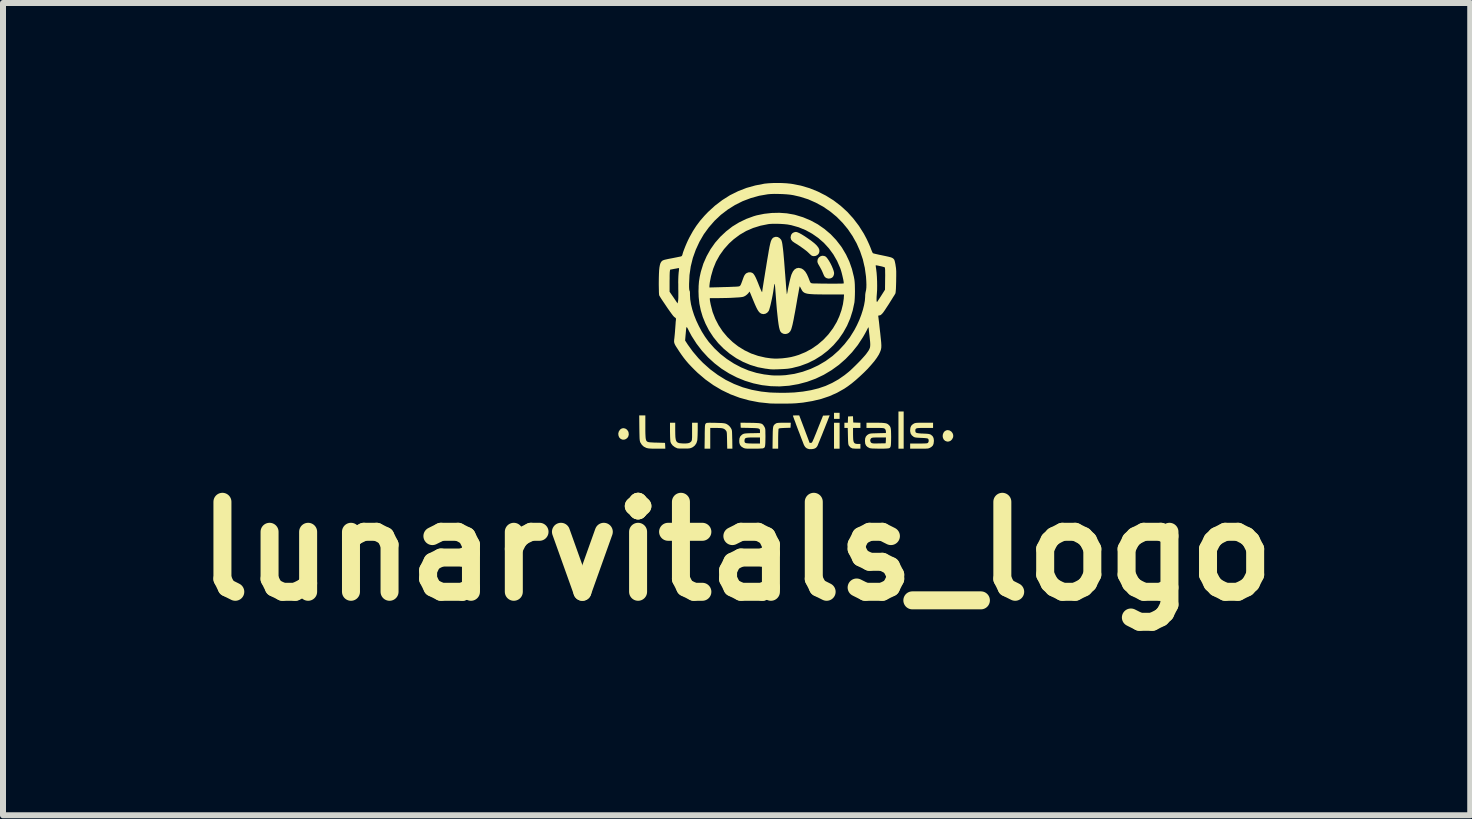
<source format=kicad_pcb>
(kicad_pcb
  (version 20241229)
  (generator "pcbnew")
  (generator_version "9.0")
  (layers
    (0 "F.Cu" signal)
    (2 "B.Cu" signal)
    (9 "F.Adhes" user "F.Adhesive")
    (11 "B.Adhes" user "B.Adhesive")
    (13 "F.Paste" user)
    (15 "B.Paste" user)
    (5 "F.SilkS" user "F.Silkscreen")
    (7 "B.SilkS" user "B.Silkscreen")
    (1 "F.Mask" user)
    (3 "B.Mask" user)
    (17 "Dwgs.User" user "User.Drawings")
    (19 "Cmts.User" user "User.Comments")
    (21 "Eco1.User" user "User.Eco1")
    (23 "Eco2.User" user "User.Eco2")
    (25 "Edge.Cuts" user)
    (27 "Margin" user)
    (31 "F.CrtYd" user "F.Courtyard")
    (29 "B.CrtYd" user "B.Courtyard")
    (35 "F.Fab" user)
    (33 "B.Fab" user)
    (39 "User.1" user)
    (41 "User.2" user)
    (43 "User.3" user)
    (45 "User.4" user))
  (footprint "lunarvitals_logo"
    (layer "F.Cu")
    (at 9.979 2.136)
    (property "Reference" "lunarvitals_logo" (at -0.75 4 0) (layer "F.SilkS") (effects (font (size 1.5 1.5) (thickness 0.3))))
    (attr board_only exclude_from_pos_files exclude_from_bom)
    (fp_poly (pts (xy 0.966 1.745) (xy 0.966 1.796) (xy 0.92 1.796) (xy 0.873 1.796) (xy 0.873 1.745) (xy 0.873 1.695) (xy 0.92 1.695) (xy 0.966 1.695)) (stroke (width 0) (type solid)) (fill yes) (layer "F.SilkS"))
    (fp_poly (pts (xy 0.966 2.077) (xy 0.966 2.293) (xy 0.92 2.293) (xy 0.873 2.293) (xy 0.873 2.077) (xy 0.873 1.861) (xy 0.92 1.861) (xy 0.966 1.861)) (stroke (width 0) (type solid)) (fill yes) (layer "F.SilkS"))
    (fp_poly (pts (xy 2.034 1.983) (xy 2.034 2.293) (xy 1.99 2.293) (xy 1.947 2.293) (xy 1.947 1.983) (xy 1.947 1.673) (xy 1.99 1.673) (xy 2.034 1.673)) (stroke (width 0) (type solid)) (fill yes) (layer "F.SilkS"))
    (fp_poly (pts (xy -2.605 1.958) (xy -2.579 1.975) (xy -2.559 2.002) (xy -2.552 2.021) (xy -2.548 2.055) (xy -2.555 2.087) (xy -2.572 2.114) (xy -2.597 2.133) (xy -2.626 2.143) (xy -2.659 2.141) (xy -2.688 2.126) (xy -2.709 2.103) (xy -2.72 2.073) (xy -2.723 2.041) (xy -2.715 2.008) (xy -2.696 1.979) (xy -2.69 1.972) (xy -2.663 1.955) (xy -2.634 1.951)) (stroke (width 0) (type solid)) (fill yes) (layer "F.SilkS"))
    (fp_poly (pts (xy 2.801 1.99) (xy 2.829 2.008) (xy 2.849 2.034) (xy 2.86 2.065) (xy 2.859 2.098) (xy 2.857 2.105) (xy 2.841 2.137) (xy 2.818 2.16) (xy 2.789 2.173) (xy 2.759 2.175) (xy 2.729 2.164) (xy 2.727 2.164) (xy 2.703 2.142) (xy 2.689 2.114) (xy 2.684 2.083) (xy 2.688 2.052) (xy 2.7 2.024) (xy 2.719 2.001) (xy 2.745 1.987) (xy 2.769 1.983)) (stroke (width 0) (type solid)) (fill yes) (layer "F.SilkS"))
    (fp_poly (pts (xy 0.15 1.902) (xy 0.148 1.944) (xy 0.052 1.947) (xy 0.011 1.949) (xy -0.018 1.951) (xy -0.037 1.954) (xy -0.047 1.958) (xy -0.051 1.962) (xy -0.053 1.972) (xy -0.054 1.994) (xy -0.056 2.026) (xy -0.057 2.066) (xy -0.058 2.112) (xy -0.058 2.133) (xy -0.058 2.293) (xy -0.105 2.293) (xy -0.152 2.293) (xy -0.15 2.115) (xy -0.149 2.055) (xy -0.148 2.007) (xy -0.146 1.97) (xy -0.143 1.942) (xy -0.139 1.922) (xy -0.132 1.906) (xy -0.124 1.895) (xy -0.113 1.885) (xy -0.102 1.877) (xy -0.092 1.871) (xy -0.081 1.866) (xy -0.067 1.864) (xy -0.048 1.862) (xy -0.02 1.861) (xy 0.018 1.861) (xy 0.037 1.861) (xy 0.152 1.861)) (stroke (width 0) (type solid)) (fill yes) (layer "F.SilkS"))
    (fp_poly (pts (xy 0.708 -0.92) (xy 0.729 -0.912) (xy 0.746 -0.898) (xy 0.766 -0.873) (xy 0.789 -0.839) (xy 0.812 -0.799) (xy 0.834 -0.755) (xy 0.853 -0.71) (xy 0.864 -0.68) (xy 0.873 -0.647) (xy 0.874 -0.62) (xy 0.866 -0.593) (xy 0.859 -0.578) (xy 0.841 -0.558) (xy 0.814 -0.546) (xy 0.784 -0.542) (xy 0.754 -0.548) (xy 0.74 -0.555) (xy 0.728 -0.563) (xy 0.719 -0.572) (xy 0.71 -0.585) (xy 0.701 -0.604) (xy 0.689 -0.632) (xy 0.681 -0.651) (xy 0.665 -0.686) (xy 0.645 -0.723) (xy 0.627 -0.755) (xy 0.609 -0.786) (xy 0.599 -0.81) (xy 0.596 -0.831) (xy 0.596 -0.833) (xy 0.602 -0.867) (xy 0.62 -0.894) (xy 0.645 -0.913) (xy 0.675 -0.923)) (stroke (width 0) (type solid)) (fill yes) (layer "F.SilkS"))
    (fp_poly (pts (xy 0.261 -1.315) (xy 0.294 -1.301) (xy 0.336 -1.278) (xy 0.389 -1.245) (xy 0.429 -1.218) (xy 0.493 -1.173) (xy 0.545 -1.132) (xy 0.584 -1.095) (xy 0.611 -1.061) (xy 0.626 -1.03) (xy 0.63 -1) (xy 0.624 -0.972) (xy 0.614 -0.953) (xy 0.593 -0.933) (xy 0.565 -0.92) (xy 0.534 -0.916) (xy 0.506 -0.922) (xy 0.501 -0.925) (xy 0.489 -0.934) (xy 0.471 -0.95) (xy 0.45 -0.97) (xy 0.447 -0.973) (xy 0.421 -0.997) (xy 0.385 -1.025) (xy 0.342 -1.056) (xy 0.295 -1.089) (xy 0.247 -1.12) (xy 0.214 -1.14) (xy 0.178 -1.166) (xy 0.157 -1.194) (xy 0.149 -1.226) (xy 0.155 -1.261) (xy 0.165 -1.283) (xy 0.182 -1.301) (xy 0.207 -1.314) (xy 0.236 -1.32) (xy 0.239 -1.32)) (stroke (width 0) (type solid)) (fill yes) (layer "F.SilkS"))
    (fp_poly (pts (xy -2.272 1.929) (xy -2.272 1.994) (xy -2.271 2.045) (xy -2.269 2.085) (xy -2.267 2.116) (xy -2.263 2.138) (xy -2.258 2.155) (xy -2.251 2.166) (xy -2.242 2.174) (xy -2.234 2.179) (xy -2.221 2.183) (xy -2.196 2.187) (xy -2.159 2.189) (xy -2.108 2.192) (xy -2.081 2.192) (xy -1.944 2.196) (xy -1.941 2.245) (xy -1.939 2.293) (xy -2.078 2.293) (xy -2.13 2.293) (xy -2.169 2.292) (xy -2.199 2.29) (xy -2.222 2.288) (xy -2.24 2.284) (xy -2.256 2.28) (xy -2.298 2.259) (xy -2.33 2.229) (xy -2.353 2.193) (xy -2.358 2.183) (xy -2.361 2.172) (xy -2.364 2.16) (xy -2.366 2.144) (xy -2.368 2.122) (xy -2.369 2.093) (xy -2.37 2.054) (xy -2.371 2.005) (xy -2.372 1.949) (xy -2.374 1.738) (xy -2.323 1.738) (xy -2.272 1.738)) (stroke (width 0) (type solid)) (fill yes) (layer "F.SilkS"))
    (fp_poly (pts (xy 1.191 1.804) (xy 1.194 1.857) (xy 1.253 1.859) (xy 1.313 1.861) (xy 1.313 1.904) (xy 1.313 1.947) (xy 1.251 1.947) (xy 1.19 1.947) (xy 1.19 2.046) (xy 1.191 2.1) (xy 1.193 2.141) (xy 1.198 2.171) (xy 1.206 2.191) (xy 1.219 2.204) (xy 1.237 2.211) (xy 1.261 2.214) (xy 1.277 2.214) (xy 1.313 2.214) (xy 1.313 2.254) (xy 1.313 2.293) (xy 1.253 2.293) (xy 1.223 2.292) (xy 1.198 2.29) (xy 1.182 2.289) (xy 1.179 2.288) (xy 1.149 2.274) (xy 1.125 2.248) (xy 1.119 2.24) (xy 1.115 2.229) (xy 1.111 2.214) (xy 1.109 2.192) (xy 1.107 2.162) (xy 1.106 2.121) (xy 1.105 2.082) (xy 1.102 1.947) (xy 1.074 1.947) (xy 1.046 1.947) (xy 1.046 1.904) (xy 1.046 1.861) (xy 1.074 1.861) (xy 1.103 1.861) (xy 1.105 1.808) (xy 1.107 1.756) (xy 1.148 1.754) (xy 1.189 1.752)) (stroke (width 0) (type solid)) (fill yes) (layer "F.SilkS"))
    (fp_poly (pts (xy -1.18 1.861) (xy -1.138 1.862) (xy -1.104 1.862) (xy -1.048 1.864) (xy -1.005 1.865) (xy -0.972 1.868) (xy -0.946 1.872) (xy -0.926 1.878) (xy -0.909 1.887) (xy -0.893 1.898) (xy -0.88 1.908) (xy -0.862 1.927) (xy -0.845 1.951) (xy -0.842 1.957) (xy -0.836 1.968) (xy -0.832 1.98) (xy -0.829 1.994) (xy -0.827 2.013) (xy -0.826 2.04) (xy -0.825 2.076) (xy -0.824 2.123) (xy -0.823 2.14) (xy -0.821 2.293) (xy -0.864 2.293) (xy -0.907 2.293) (xy -0.91 2.153) (xy -0.911 2.104) (xy -0.912 2.068) (xy -0.913 2.041) (xy -0.915 2.023) (xy -0.918 2.01) (xy -0.922 2) (xy -0.927 1.993) (xy -0.942 1.976) (xy -0.958 1.964) (xy -0.98 1.955) (xy -1.008 1.95) (xy -1.046 1.948) (xy -1.091 1.947) (xy -1.19 1.947) (xy -1.19 2.12) (xy -1.19 2.293) (xy -1.237 2.293) (xy -1.285 2.293) (xy -1.282 2.092) (xy -1.282 2.033) (xy -1.281 1.986) (xy -1.28 1.951) (xy -1.279 1.924) (xy -1.277 1.905) (xy -1.275 1.893) (xy -1.272 1.884) (xy -1.268 1.878) (xy -1.266 1.875) (xy -1.261 1.87) (xy -1.254 1.866) (xy -1.245 1.863) (xy -1.231 1.862) (xy -1.21 1.861)) (stroke (width 0) (type solid)) (fill yes) (layer "F.SilkS"))
    (fp_poly (pts (xy -1.774 1.992) (xy -1.773 2.053) (xy -1.771 2.1) (xy -1.766 2.137) (xy -1.758 2.163) (xy -1.745 2.182) (xy -1.727 2.194) (xy -1.703 2.201) (xy -1.671 2.204) (xy -1.646 2.206) (xy -1.597 2.206) (xy -1.559 2.202) (xy -1.532 2.193) (xy -1.512 2.178) (xy -1.508 2.173) (xy -1.503 2.166) (xy -1.499 2.157) (xy -1.496 2.145) (xy -1.495 2.128) (xy -1.493 2.103) (xy -1.493 2.068) (xy -1.493 2.021) (xy -1.493 2.008) (xy -1.493 1.861) (xy -1.446 1.861) (xy -1.399 1.861) (xy -1.399 1.985) (xy -1.4 2.03) (xy -1.401 2.073) (xy -1.403 2.111) (xy -1.405 2.14) (xy -1.406 2.153) (xy -1.42 2.2) (xy -1.445 2.238) (xy -1.48 2.267) (xy -1.489 2.271) (xy -1.505 2.279) (xy -1.52 2.284) (xy -1.538 2.288) (xy -1.562 2.29) (xy -1.594 2.291) (xy -1.622 2.291) (xy -1.66 2.291) (xy -1.694 2.291) (xy -1.72 2.289) (xy -1.737 2.287) (xy -1.738 2.287) (xy -1.781 2.267) (xy -1.817 2.239) (xy -1.842 2.206) (xy -1.853 2.18) (xy -1.855 2.164) (xy -1.857 2.137) (xy -1.859 2.101) (xy -1.86 2.058) (xy -1.861 2.012) (xy -1.861 2.007) (xy -1.861 1.861) (xy -1.817 1.861) (xy -1.774 1.861)) (stroke (width 0) (type solid)) (fill yes) (layer "F.SilkS"))
    (fp_poly (pts (xy 0.794 1.755) (xy 0.783 1.782) (xy 0.77 1.817) (xy 0.753 1.86) (xy 0.734 1.907) (xy 0.714 1.958) (xy 0.693 2.009) (xy 0.673 2.061) (xy 0.653 2.109) (xy 0.635 2.154) (xy 0.619 2.192) (xy 0.607 2.222) (xy 0.599 2.242) (xy 0.595 2.25) (xy 0.582 2.268) (xy 0.567 2.282) (xy 0.541 2.294) (xy 0.507 2.3) (xy 0.472 2.301) (xy 0.456 2.3) (xy 0.42 2.288) (xy 0.393 2.266) (xy 0.376 2.239) (xy 0.37 2.227) (xy 0.361 2.204) (xy 0.349 2.172) (xy 0.333 2.132) (xy 0.316 2.087) (xy 0.298 2.039) (xy 0.278 1.988) (xy 0.259 1.938) (xy 0.241 1.89) (xy 0.225 1.845) (xy 0.21 1.807) (xy 0.199 1.775) (xy 0.191 1.753) (xy 0.188 1.743) (xy 0.188 1.742) (xy 0.194 1.74) (xy 0.212 1.739) (xy 0.236 1.738) (xy 0.24 1.738) (xy 0.293 1.738) (xy 0.38 1.967) (xy 0.466 2.196) (xy 0.487 2.196) (xy 0.493 2.196) (xy 0.498 2.194) (xy 0.504 2.19) (xy 0.51 2.181) (xy 0.517 2.168) (xy 0.526 2.147) (xy 0.539 2.119) (xy 0.554 2.081) (xy 0.574 2.033) (xy 0.598 1.972) (xy 0.599 1.969) (xy 0.69 1.742) (xy 0.745 1.74) (xy 0.8 1.737)) (stroke (width 0) (type solid)) (fill yes) (layer "F.SilkS"))
    (fp_poly (pts (xy 2.524 1.904) (xy 2.524 1.947) (xy 2.388 1.947) (xy 2.336 1.947) (xy 2.297 1.948) (xy 2.268 1.95) (xy 2.249 1.954) (xy 2.237 1.961) (xy 2.231 1.97) (xy 2.229 1.982) (xy 2.228 1.994) (xy 2.23 2.009) (xy 2.234 2.02) (xy 2.244 2.028) (xy 2.262 2.033) (xy 2.289 2.037) (xy 2.327 2.04) (xy 2.357 2.041) (xy 2.4 2.043) (xy 2.431 2.045) (xy 2.453 2.048) (xy 2.469 2.052) (xy 2.482 2.057) (xy 2.489 2.061) (xy 2.516 2.084) (xy 2.532 2.115) (xy 2.538 2.154) (xy 2.537 2.175) (xy 2.532 2.213) (xy 2.519 2.242) (xy 2.496 2.264) (xy 2.474 2.277) (xy 2.462 2.283) (xy 2.45 2.287) (xy 2.437 2.29) (xy 2.418 2.291) (xy 2.393 2.293) (xy 2.358 2.293) (xy 2.312 2.293) (xy 2.292 2.293) (xy 2.142 2.293) (xy 2.142 2.25) (xy 2.142 2.207) (xy 2.285 2.207) (xy 2.334 2.207) (xy 2.371 2.206) (xy 2.398 2.205) (xy 2.416 2.204) (xy 2.428 2.201) (xy 2.435 2.198) (xy 2.44 2.194) (xy 2.45 2.175) (xy 2.451 2.153) (xy 2.446 2.133) (xy 2.44 2.127) (xy 2.429 2.122) (xy 2.406 2.118) (xy 2.37 2.115) (xy 2.327 2.113) (xy 2.284 2.111) (xy 2.253 2.109) (xy 2.231 2.106) (xy 2.215 2.102) (xy 2.202 2.096) (xy 2.2 2.095) (xy 2.169 2.07) (xy 2.15 2.04) (xy 2.142 2.001) (xy 2.142 1.987) (xy 2.146 1.945) (xy 2.159 1.912) (xy 2.183 1.888) (xy 2.2 1.877) (xy 2.211 1.871) (xy 2.222 1.867) (xy 2.236 1.864) (xy 2.254 1.862) (xy 2.28 1.861) (xy 2.314 1.861) (xy 2.36 1.861) (xy 2.377 1.861) (xy 2.524 1.861)) (stroke (width 0) (type solid)) (fill yes) (layer "F.SilkS"))
    (fp_poly (pts (xy 1.567 1.861) (xy 1.625 1.861) (xy 1.671 1.862) (xy 1.706 1.865) (xy 1.733 1.869) (xy 1.754 1.875) (xy 1.77 1.884) (xy 1.784 1.895) (xy 1.793 1.905) (xy 1.804 1.917) (xy 1.811 1.931) (xy 1.817 1.948) (xy 1.821 1.971) (xy 1.823 2.002) (xy 1.824 2.042) (xy 1.825 2.094) (xy 1.825 2.102) (xy 1.824 2.157) (xy 1.823 2.198) (xy 1.821 2.229) (xy 1.818 2.251) (xy 1.812 2.267) (xy 1.805 2.277) (xy 1.795 2.284) (xy 1.791 2.285) (xy 1.777 2.288) (xy 1.752 2.29) (xy 1.717 2.292) (xy 1.677 2.293) (xy 1.634 2.293) (xy 1.59 2.292) (xy 1.549 2.291) (xy 1.513 2.29) (xy 1.485 2.287) (xy 1.469 2.284) (xy 1.468 2.284) (xy 1.431 2.265) (xy 1.407 2.241) (xy 1.393 2.209) (xy 1.389 2.167) (xy 1.389 2.165) (xy 1.389 2.162) (xy 1.476 2.162) (xy 1.484 2.184) (xy 1.493 2.194) (xy 1.5 2.199) (xy 1.51 2.202) (xy 1.525 2.205) (xy 1.546 2.206) (xy 1.577 2.206) (xy 1.62 2.205) (xy 1.622 2.205) (xy 1.734 2.203) (xy 1.737 2.155) (xy 1.739 2.106) (xy 1.624 2.106) (xy 1.58 2.106) (xy 1.548 2.107) (xy 1.525 2.108) (xy 1.51 2.111) (xy 1.5 2.114) (xy 1.492 2.119) (xy 1.479 2.138) (xy 1.476 2.162) (xy 1.389 2.162) (xy 1.392 2.123) (xy 1.404 2.091) (xy 1.425 2.067) (xy 1.446 2.053) (xy 1.458 2.047) (xy 1.471 2.043) (xy 1.487 2.04) (xy 1.51 2.038) (xy 1.541 2.037) (xy 1.583 2.036) (xy 1.606 2.035) (xy 1.738 2.032) (xy 1.738 2.005) (xy 1.733 1.979) (xy 1.721 1.963) (xy 1.715 1.958) (xy 1.708 1.954) (xy 1.697 1.951) (xy 1.681 1.949) (xy 1.658 1.948) (xy 1.626 1.947) (xy 1.582 1.947) (xy 1.559 1.947) (xy 1.414 1.947) (xy 1.414 1.904) (xy 1.414 1.861)) (stroke (width 0) (type solid)) (fill yes) (layer "F.SilkS"))
    (fp_poly (pts (xy -0.521 1.862) (xy -0.463 1.863) (xy -0.416 1.865) (xy -0.38 1.867) (xy -0.353 1.872) (xy -0.333 1.878) (xy -0.318 1.887) (xy -0.306 1.9) (xy -0.295 1.916) (xy -0.288 1.927) (xy -0.282 1.938) (xy -0.278 1.949) (xy -0.274 1.961) (xy -0.272 1.978) (xy -0.271 2.001) (xy -0.271 2.033) (xy -0.27 2.076) (xy -0.27 2.102) (xy -0.271 2.157) (xy -0.272 2.198) (xy -0.274 2.229) (xy -0.277 2.252) (xy -0.282 2.267) (xy -0.29 2.277) (xy -0.3 2.283) (xy -0.307 2.286) (xy -0.32 2.289) (xy -0.345 2.29) (xy -0.378 2.292) (xy -0.419 2.293) (xy -0.464 2.293) (xy -0.468 2.293) (xy -0.517 2.293) (xy -0.554 2.293) (xy -0.582 2.292) (xy -0.602 2.29) (xy -0.616 2.287) (xy -0.629 2.283) (xy -0.64 2.278) (xy -0.642 2.277) (xy -0.674 2.256) (xy -0.694 2.23) (xy -0.705 2.196) (xy -0.706 2.172) (xy -0.619 2.172) (xy -0.616 2.185) (xy -0.607 2.195) (xy -0.591 2.201) (xy -0.567 2.204) (xy -0.531 2.206) (xy -0.484 2.207) (xy -0.474 2.207) (xy -0.361 2.207) (xy -0.361 2.156) (xy -0.361 2.106) (xy -0.471 2.106) (xy -0.52 2.106) (xy -0.557 2.108) (xy -0.583 2.111) (xy -0.6 2.117) (xy -0.611 2.125) (xy -0.616 2.137) (xy -0.619 2.154) (xy -0.619 2.154) (xy -0.619 2.172) (xy -0.706 2.172) (xy -0.707 2.164) (xy -0.703 2.121) (xy -0.69 2.089) (xy -0.666 2.064) (xy -0.649 2.052) (xy -0.639 2.047) (xy -0.626 2.043) (xy -0.61 2.04) (xy -0.588 2.038) (xy -0.557 2.036) (xy -0.515 2.035) (xy -0.492 2.035) (xy -0.361 2.032) (xy -0.361 2.006) (xy -0.361 1.988) (xy -0.363 1.975) (xy -0.369 1.966) (xy -0.38 1.959) (xy -0.398 1.954) (xy -0.425 1.951) (xy -0.463 1.949) (xy -0.512 1.948) (xy -0.531 1.947) (xy -0.682 1.944) (xy -0.684 1.902) (xy -0.686 1.86)) (stroke (width 0) (type solid)) (fill yes) (layer "F.SilkS"))
    (fp_poly (pts (xy 0.087 -1.63) (xy 0.206 -1.609) (xy 0.227 -1.604) (xy 0.358 -1.564) (xy 0.484 -1.511) (xy 0.602 -1.447) (xy 0.713 -1.37) (xy 0.816 -1.283) (xy 0.908 -1.186) (xy 0.991 -1.079) (xy 1.006 -1.057) (xy 1.074 -0.942) (xy 1.129 -0.825) (xy 1.172 -0.702) (xy 1.204 -0.572) (xy 1.213 -0.523) (xy 1.217 -0.487) (xy 1.22 -0.441) (xy 1.221 -0.387) (xy 1.222 -0.33) (xy 1.221 -0.273) (xy 1.219 -0.22) (xy 1.216 -0.174) (xy 1.213 -0.144) (xy 1.184 -0.009) (xy 1.143 0.121) (xy 1.09 0.244) (xy 1.025 0.36) (xy 0.95 0.468) (xy 0.864 0.568) (xy 0.769 0.658) (xy 0.666 0.738) (xy 0.554 0.808) (xy 0.435 0.867) (xy 0.308 0.914) (xy 0.176 0.948) (xy 0.13 0.956) (xy 0.103 0.96) (xy 0.066 0.963) (xy 0.023 0.966) (xy -0.024 0.968) (xy -0.071 0.97) (xy -0.115 0.971) (xy -0.152 0.971) (xy -0.18 0.97) (xy -0.191 0.969) (xy -0.209 0.967) (xy -0.235 0.963) (xy -0.266 0.959) (xy -0.27 0.959) (xy -0.398 0.935) (xy -0.522 0.897) (xy -0.642 0.847) (xy -0.756 0.785) (xy -0.864 0.711) (xy -0.965 0.627) (xy -1.057 0.534) (xy -1.139 0.432) (xy -1.211 0.322) (xy -1.269 0.209) (xy -1.315 0.097) (xy -1.348 -0.013) (xy -1.371 -0.124) (xy -1.381 -0.216) (xy -1.197 -0.216) (xy -1.197 -0.198) (xy -1.196 -0.183) (xy -1.192 -0.158) (xy -1.186 -0.127) (xy -1.182 -0.107) (xy -1.151 0.014) (xy -1.106 0.129) (xy -1.05 0.237) (xy -0.983 0.338) (xy -0.905 0.431) (xy -0.818 0.515) (xy -0.723 0.589) (xy -0.619 0.653) (xy -0.509 0.706) (xy -0.393 0.746) (xy -0.272 0.774) (xy -0.245 0.778) (xy -0.18 0.787) (xy -0.123 0.791) (xy -0.068 0.791) (xy -0.008 0.788) (xy 0.018 0.786) (xy 0.091 0.777) (xy 0.156 0.766) (xy 0.219 0.75) (xy 0.281 0.731) (xy 0.394 0.685) (xy 0.502 0.627) (xy 0.603 0.557) (xy 0.697 0.476) (xy 0.781 0.386) (xy 0.856 0.286) (xy 0.919 0.18) (xy 0.962 0.085) (xy 0.997 -0.015) (xy 1.022 -0.115) (xy 1.036 -0.211) (xy 1.036 -0.22) (xy 1.04 -0.278) (xy 0.771 -0.278) (xy 0.684 -0.278) (xy 0.611 -0.279) (xy 0.55 -0.28) (xy 0.499 -0.283) (xy 0.458 -0.286) (xy 0.425 -0.291) (xy 0.399 -0.298) (xy 0.378 -0.307) (xy 0.362 -0.318) (xy 0.349 -0.331) (xy 0.338 -0.347) (xy 0.329 -0.364) (xy 0.316 -0.389) (xy 0.308 -0.404) (xy 0.304 -0.411) (xy 0.302 -0.412) (xy 0.3 -0.411) (xy 0.3 -0.41) (xy 0.298 -0.403) (xy 0.294 -0.383) (xy 0.288 -0.352) (xy 0.281 -0.311) (xy 0.272 -0.263) (xy 0.262 -0.209) (xy 0.253 -0.155) (xy 0.237 -0.063) (xy 0.223 0.015) (xy 0.21 0.082) (xy 0.2 0.138) (xy 0.19 0.185) (xy 0.182 0.223) (xy 0.174 0.254) (xy 0.167 0.279) (xy 0.161 0.3) (xy 0.154 0.316) (xy 0.147 0.33) (xy 0.143 0.337) (xy 0.12 0.362) (xy 0.091 0.377) (xy 0.059 0.382) (xy 0.028 0.377) (xy -0.001 0.362) (xy -0.022 0.337) (xy -0.024 0.334) (xy -0.033 0.308) (xy -0.043 0.269) (xy -0.052 0.216) (xy -0.061 0.149) (xy -0.07 0.067) (xy -0.08 -0.028) (xy -0.089 -0.137) (xy -0.098 -0.261) (xy -0.102 -0.314) (xy -0.105 -0.356) (xy -0.108 -0.394) (xy -0.111 -0.424) (xy -0.114 -0.445) (xy -0.116 -0.454) (xy -0.119 -0.453) (xy -0.123 -0.44) (xy -0.126 -0.421) (xy -0.133 -0.372) (xy -0.141 -0.318) (xy -0.151 -0.262) (xy -0.162 -0.207) (xy -0.174 -0.153) (xy -0.185 -0.104) (xy -0.196 -0.062) (xy -0.206 -0.028) (xy -0.214 -0.006) (xy -0.217 -0.001) (xy -0.241 0.027) (xy -0.271 0.044) (xy -0.305 0.05) (xy -0.338 0.043) (xy -0.354 0.034) (xy -0.371 0.02) (xy -0.388 -0.001) (xy -0.406 -0.03) (xy -0.425 -0.068) (xy -0.447 -0.117) (xy -0.465 -0.16) (xy -0.481 -0.198) (xy -0.496 -0.235) (xy -0.509 -0.266) (xy -0.518 -0.289) (xy -0.521 -0.295) (xy -0.534 -0.326) (xy -0.557 -0.297) (xy -0.578 -0.276) (xy -0.604 -0.256) (xy -0.617 -0.249) (xy -0.63 -0.243) (xy -0.644 -0.238) (xy -0.661 -0.235) (xy -0.683 -0.232) (xy -0.712 -0.229) (xy -0.751 -0.227) (xy -0.799 -0.224) (xy -0.855 -0.221) (xy -0.917 -0.219) (xy -0.979 -0.218) (xy -1.037 -0.217) (xy -1.071 -0.216) (xy -1.197 -0.216) (xy -1.381 -0.216) (xy -1.383 -0.239) (xy -1.386 -0.332) (xy -1.384 -0.394) (xy -1.204 -0.394) (xy -1.011 -0.399) (xy -0.956 -0.401) (xy -0.902 -0.402) (xy -0.852 -0.404) (xy -0.808 -0.406) (xy -0.774 -0.407) (xy -0.756 -0.408) (xy -0.731 -0.41) (xy -0.713 -0.412) (xy -0.7 -0.417) (xy -0.69 -0.426) (xy -0.681 -0.441) (xy -0.671 -0.465) (xy -0.658 -0.5) (xy -0.651 -0.519) (xy -0.637 -0.558) (xy -0.625 -0.587) (xy -0.613 -0.606) (xy -0.602 -0.62) (xy -0.588 -0.631) (xy -0.582 -0.635) (xy -0.549 -0.647) (xy -0.515 -0.647) (xy -0.487 -0.636) (xy -0.474 -0.626) (xy -0.461 -0.61) (xy -0.447 -0.588) (xy -0.431 -0.557) (xy -0.413 -0.516) (xy -0.391 -0.463) (xy -0.382 -0.439) (xy -0.362 -0.389) (xy -0.346 -0.353) (xy -0.335 -0.329) (xy -0.328 -0.318) (xy -0.325 -0.318) (xy -0.325 -0.321) (xy -0.323 -0.332) (xy -0.32 -0.355) (xy -0.315 -0.389) (xy -0.308 -0.433) (xy -0.3 -0.484) (xy -0.291 -0.54) (xy -0.281 -0.602) (xy -0.271 -0.665) (xy -0.26 -0.73) (xy -0.25 -0.794) (xy -0.24 -0.855) (xy -0.23 -0.913) (xy -0.221 -0.965) (xy -0.214 -1.009) (xy -0.207 -1.044) (xy -0.203 -1.069) (xy -0.202 -1.073) (xy -0.191 -1.122) (xy -0.181 -1.16) (xy -0.17 -1.187) (xy -0.158 -1.207) (xy -0.144 -1.221) (xy -0.13 -1.23) (xy -0.097 -1.239) (xy -0.065 -1.235) (xy -0.036 -1.219) (xy -0.011 -1.193) (xy -0.004 -1.18) (xy 0.001 -1.166) (xy 0.007 -1.144) (xy 0.012 -1.116) (xy 0.017 -1.078) (xy 0.023 -1.032) (xy 0.029 -0.976) (xy 0.035 -0.908) (xy 0.042 -0.829) (xy 0.049 -0.738) (xy 0.057 -0.633) (xy 0.059 -0.611) (xy 0.064 -0.544) (xy 0.069 -0.481) (xy 0.073 -0.424) (xy 0.077 -0.375) (xy 0.081 -0.335) (xy 0.084 -0.305) (xy 0.086 -0.287) (xy 0.087 -0.281) (xy 0.09 -0.288) (xy 0.094 -0.305) (xy 0.099 -0.33) (xy 0.1 -0.337) (xy 0.108 -0.383) (xy 0.119 -0.432) (xy 0.13 -0.483) (xy 0.141 -0.53) (xy 0.152 -0.572) (xy 0.162 -0.605) (xy 0.166 -0.615) (xy 0.188 -0.661) (xy 0.215 -0.694) (xy 0.247 -0.714) (xy 0.283 -0.721) (xy 0.322 -0.713) (xy 0.336 -0.708) (xy 0.366 -0.688) (xy 0.395 -0.657) (xy 0.422 -0.613) (xy 0.447 -0.557) (xy 0.462 -0.517) (xy 0.472 -0.492) (xy 0.48 -0.477) (xy 0.489 -0.469) (xy 0.501 -0.464) (xy 0.505 -0.464) (xy 0.517 -0.462) (xy 0.542 -0.461) (xy 0.576 -0.461) (xy 0.618 -0.46) (xy 0.665 -0.459) (xy 0.717 -0.459) (xy 0.77 -0.458) (xy 0.824 -0.458) (xy 0.875 -0.458) (xy 0.923 -0.458) (xy 0.964 -0.459) (xy 0.998 -0.459) (xy 1.021 -0.46) (xy 1.033 -0.461) (xy 1.034 -0.462) (xy 1.035 -0.472) (xy 1.033 -0.493) (xy 1.028 -0.522) (xy 1.02 -0.558) (xy 1.011 -0.597) (xy 1.001 -0.637) (xy 0.99 -0.676) (xy 0.979 -0.71) (xy 0.976 -0.718) (xy 0.925 -0.835) (xy 0.862 -0.945) (xy 0.788 -1.046) (xy 0.704 -1.138) (xy 0.611 -1.219) (xy 0.509 -1.29) (xy 0.4 -1.35) (xy 0.283 -1.398) (xy 0.159 -1.433) (xy 0.147 -1.435) (xy 0.099 -1.444) (xy 0.042 -1.45) (xy -0.021 -1.454) (xy -0.085 -1.456) (xy -0.145 -1.456) (xy -0.198 -1.453) (xy -0.223 -1.45) (xy -0.352 -1.424) (xy -0.475 -1.386) (xy -0.591 -1.336) (xy -0.699 -1.273) (xy -0.8 -1.197) (xy -0.876 -1.128) (xy -0.961 -1.033) (xy -1.033 -0.932) (xy -1.094 -0.823) (xy -1.141 -0.707) (xy -1.177 -0.583) (xy -1.194 -0.498) (xy -1.199 -0.467) (xy -1.202 -0.439) (xy -1.204 -0.419) (xy -1.204 -0.415) (xy -1.204 -0.394) (xy -1.384 -0.394) (xy -1.384 -0.417) (xy -1.378 -0.494) (xy -1.366 -0.569) (xy -1.349 -0.647) (xy -1.344 -0.666) (xy -1.304 -0.794) (xy -1.25 -0.916) (xy -1.185 -1.032) (xy -1.109 -1.14) (xy -1.022 -1.239) (xy -0.926 -1.329) (xy -0.822 -1.41) (xy -0.709 -1.479) (xy -0.589 -1.537) (xy -0.463 -1.583) (xy -0.414 -1.597) (xy -0.291 -1.622) (xy -0.165 -1.636) (xy -0.038 -1.639)) (stroke (width 0) (type solid)) (fill yes) (layer "F.SilkS"))
    (fp_poly (pts (xy 0.005 -2.135) (xy 0.08 -2.131) (xy 0.148 -2.124) (xy 0.17 -2.121) (xy 0.32 -2.092) (xy 0.465 -2.049) (xy 0.604 -1.993) (xy 0.738 -1.925) (xy 0.865 -1.846) (xy 0.984 -1.755) (xy 1.095 -1.654) (xy 1.196 -1.542) (xy 1.288 -1.421) (xy 1.37 -1.291) (xy 1.414 -1.208) (xy 1.434 -1.166) (xy 1.454 -1.122) (xy 1.472 -1.08) (xy 1.486 -1.046) (xy 1.488 -1.039) (xy 1.5 -1.009) (xy 1.51 -0.985) (xy 1.519 -0.969) (xy 1.523 -0.965) (xy 1.532 -0.962) (xy 1.554 -0.956) (xy 1.585 -0.949) (xy 1.624 -0.94) (xy 1.669 -0.931) (xy 1.687 -0.927) (xy 1.744 -0.915) (xy 1.788 -0.905) (xy 1.822 -0.896) (xy 1.846 -0.886) (xy 1.864 -0.873) (xy 1.876 -0.858) (xy 1.884 -0.838) (xy 1.89 -0.812) (xy 1.897 -0.779) (xy 1.898 -0.771) (xy 1.902 -0.744) (xy 1.906 -0.719) (xy 1.908 -0.693) (xy 1.91 -0.664) (xy 1.91 -0.63) (xy 1.91 -0.587) (xy 1.909 -0.534) (xy 1.909 -0.5) (xy 1.907 -0.43) (xy 1.905 -0.375) (xy 1.902 -0.334) (xy 1.899 -0.307) (xy 1.896 -0.294) (xy 1.89 -0.284) (xy 1.878 -0.263) (xy 1.859 -0.234) (xy 1.837 -0.198) (xy 1.811 -0.157) (xy 1.785 -0.115) (xy 1.75 -0.062) (xy 1.722 -0.019) (xy 1.699 0.014) (xy 1.68 0.038) (xy 1.664 0.054) (xy 1.651 0.065) (xy 1.638 0.07) (xy 1.625 0.072) (xy 1.623 0.072) (xy 1.613 0.074) (xy 1.61 0.083) (xy 1.612 0.096) (xy 1.614 0.111) (xy 1.617 0.138) (xy 1.622 0.175) (xy 1.627 0.22) (xy 1.632 0.269) (xy 1.638 0.321) (xy 1.644 0.373) (xy 1.649 0.423) (xy 1.654 0.469) (xy 1.658 0.508) (xy 1.659 0.518) (xy 1.662 0.569) (xy 1.661 0.61) (xy 1.654 0.646) (xy 1.64 0.683) (xy 1.62 0.725) (xy 1.618 0.728) (xy 1.586 0.779) (xy 1.544 0.836) (xy 1.493 0.896) (xy 1.436 0.96) (xy 1.372 1.024) (xy 1.305 1.087) (xy 1.237 1.148) (xy 1.168 1.205) (xy 1.101 1.255) (xy 1.043 1.294) (xy 0.924 1.361) (xy 0.796 1.418) (xy 0.659 1.464) (xy 0.512 1.499) (xy 0.355 1.525) (xy 0.242 1.536) (xy 0.208 1.538) (xy 0.163 1.54) (xy 0.11 1.541) (xy 0.052 1.542) (xy -0.007 1.542) (xy -0.065 1.542) (xy -0.118 1.541) (xy -0.164 1.54) (xy -0.198 1.539) (xy -0.202 1.538) (xy -0.375 1.52) (xy -0.541 1.488) (xy -0.7 1.444) (xy -0.852 1.387) (xy -0.998 1.317) (xy -1.138 1.234) (xy -1.271 1.139) (xy -1.399 1.03) (xy -1.454 0.977) (xy -1.508 0.922) (xy -1.555 0.872) (xy -1.595 0.825) (xy -1.633 0.777) (xy -1.67 0.726) (xy -1.707 0.672) (xy -1.736 0.627) (xy -1.759 0.592) (xy -1.775 0.565) (xy -1.785 0.543) (xy -1.791 0.523) (xy -1.793 0.505) (xy -1.792 0.49) (xy -1.609 0.49) (xy -1.563 0.561) (xy -1.481 0.674) (xy -1.386 0.786) (xy -1.312 0.862) (xy -1.191 0.97) (xy -1.064 1.064) (xy -0.932 1.146) (xy -0.793 1.214) (xy -0.648 1.27) (xy -0.497 1.312) (xy -0.34 1.341) (xy -0.199 1.356) (xy -0.126 1.359) (xy -0.047 1.361) (xy 0.034 1.362) (xy 0.113 1.36) (xy 0.184 1.357) (xy 0.209 1.356) (xy 0.355 1.341) (xy 0.49 1.318) (xy 0.615 1.287) (xy 0.732 1.247) (xy 0.842 1.197) (xy 0.947 1.138) (xy 1.048 1.068) (xy 1.112 1.017) (xy 1.147 0.987) (xy 1.187 0.949) (xy 1.23 0.907) (xy 1.274 0.863) (xy 1.317 0.819) (xy 1.355 0.777) (xy 1.388 0.74) (xy 1.412 0.711) (xy 1.412 0.71) (xy 1.434 0.68) (xy 1.451 0.655) (xy 1.463 0.632) (xy 1.472 0.608) (xy 1.476 0.582) (xy 1.477 0.551) (xy 1.475 0.513) (xy 1.47 0.465) (xy 1.464 0.407) (xy 1.459 0.366) (xy 1.455 0.329) (xy 1.452 0.299) (xy 1.45 0.278) (xy 1.449 0.27) (xy 1.447 0.27) (xy 1.439 0.28) (xy 1.429 0.299) (xy 1.425 0.307) (xy 1.412 0.333) (xy 1.393 0.368) (xy 1.372 0.405) (xy 1.354 0.436) (xy 1.269 0.566) (xy 1.173 0.686) (xy 1.068 0.796) (xy 0.954 0.896) (xy 0.832 0.984) (xy 0.703 1.061) (xy 0.567 1.126) (xy 0.425 1.178) (xy 0.278 1.217) (xy 0.127 1.243) (xy 0.117 1.244) (xy -0.033 1.255) (xy -0.181 1.251) (xy -0.328 1.234) (xy -0.471 1.204) (xy -0.611 1.161) (xy -0.746 1.106) (xy -0.876 1.039) (xy -1 0.961) (xy -1.117 0.871) (xy -1.226 0.772) (xy -1.327 0.662) (xy -1.419 0.542) (xy -1.501 0.414) (xy -1.544 0.334) (xy -1.559 0.303) (xy -1.57 0.282) (xy -1.579 0.269) (xy -1.584 0.267) (xy -1.589 0.276) (xy -1.592 0.296) (xy -1.595 0.329) (xy -1.599 0.375) (xy -1.601 0.395) (xy -1.609 0.49) (xy -1.792 0.49) (xy -1.792 0.485) (xy -1.79 0.461) (xy -1.789 0.46) (xy -1.786 0.43) (xy -1.782 0.391) (xy -1.778 0.346) (xy -1.775 0.302) (xy -1.774 0.292) (xy -1.771 0.251) (xy -1.768 0.212) (xy -1.766 0.179) (xy -1.763 0.156) (xy -1.763 0.151) (xy -1.761 0.13) (xy -1.764 0.118) (xy -1.774 0.109) (xy -1.783 0.103) (xy -1.795 0.093) (xy -1.812 0.074) (xy -1.834 0.045) (xy -1.863 0.005) (xy -1.899 -0.046) (xy -1.92 -0.077) (xy -1.95 -0.122) (xy -1.978 -0.163) (xy -2.002 -0.199) (xy -2.021 -0.229) (xy -2.034 -0.251) (xy -2.041 -0.263) (xy -2.041 -0.263) (xy -2.043 -0.276) (xy -2.045 -0.302) (xy -2.046 -0.323) (xy -1.868 -0.323) (xy -1.801 -0.226) (xy -1.735 -0.128) (xy -1.729 -0.156) (xy -1.725 -0.179) (xy -1.723 -0.208) (xy -1.722 -0.231) (xy -1.722 -0.253) (xy -1.722 -0.286) (xy -1.722 -0.328) (xy -1.723 -0.374) (xy -1.723 -0.422) (xy -1.723 -0.422) (xy -1.723 -0.452) (xy -1.543 -0.452) (xy -1.543 -0.402) (xy -1.541 -0.367) (xy -1.538 -0.347) (xy -1.535 -0.341) (xy -1.53 -0.328) (xy -1.528 -0.303) (xy -1.528 -0.27) (xy -1.524 -0.196) (xy -1.511 -0.114) (xy -1.489 -0.026) (xy -1.46 0.065) (xy -1.423 0.158) (xy -1.379 0.251) (xy -1.331 0.341) (xy -1.277 0.427) (xy -1.22 0.506) (xy -1.213 0.515) (xy -1.121 0.619) (xy -1.021 0.714) (xy -0.912 0.799) (xy -0.796 0.874) (xy -0.675 0.938) (xy -0.55 0.99) (xy -0.422 1.029) (xy -0.293 1.055) (xy -0.259 1.059) (xy -0.226 1.063) (xy -0.197 1.067) (xy -0.175 1.069) (xy -0.169 1.07) (xy -0.135 1.072) (xy -0.091 1.073) (xy -0.042 1.073) (xy 0.009 1.071) (xy 0.057 1.068) (xy 0.069 1.067) (xy 0.212 1.046) (xy 0.35 1.011) (xy 0.484 0.963) (xy 0.612 0.903) (xy 0.733 0.832) (xy 0.847 0.749) (xy 0.952 0.655) (xy 1.049 0.55) (xy 1.137 0.437) (xy 1.214 0.313) (xy 1.255 0.234) (xy 1.294 0.149) (xy 1.327 0.063) (xy 1.354 -0.021) (xy 1.374 -0.1) (xy 1.387 -0.173) (xy 1.392 -0.237) (xy 1.392 -0.239) (xy 1.393 -0.273) (xy 1.397 -0.304) (xy 1.402 -0.327) (xy 1.402 -0.328) (xy 1.408 -0.355) (xy 1.412 -0.394) (xy 1.413 -0.443) (xy 1.411 -0.5) (xy 1.407 -0.564) (xy 1.406 -0.577) (xy 1.386 -0.723) (xy 1.378 -0.755) (xy 1.568 -0.755) (xy 1.57 -0.737) (xy 1.574 -0.711) (xy 1.576 -0.696) (xy 1.583 -0.638) (xy 1.588 -0.57) (xy 1.591 -0.496) (xy 1.592 -0.421) (xy 1.591 -0.35) (xy 1.587 -0.289) (xy 1.583 -0.237) (xy 1.582 -0.196) (xy 1.583 -0.168) (xy 1.587 -0.154) (xy 1.59 -0.151) (xy 1.594 -0.157) (xy 1.605 -0.173) (xy 1.621 -0.197) (xy 1.641 -0.228) (xy 1.658 -0.254) (xy 1.723 -0.357) (xy 1.725 -0.539) (xy 1.726 -0.6) (xy 1.725 -0.649) (xy 1.725 -0.685) (xy 1.723 -0.71) (xy 1.721 -0.724) (xy 1.719 -0.729) (xy 1.709 -0.733) (xy 1.69 -0.739) (xy 1.664 -0.746) (xy 1.636 -0.752) (xy 1.609 -0.758) (xy 1.586 -0.762) (xy 1.572 -0.764) (xy 1.568 -0.763) (xy 1.568 -0.755) (xy 1.378 -0.755) (xy 1.353 -0.864) (xy 1.307 -1) (xy 1.25 -1.129) (xy 1.181 -1.252) (xy 1.103 -1.367) (xy 1.014 -1.474) (xy 0.916 -1.573) (xy 0.809 -1.661) (xy 0.694 -1.74) (xy 0.571 -1.807) (xy 0.442 -1.864) (xy 0.306 -1.907) (xy 0.193 -1.933) (xy 0.142 -1.941) (xy 0.081 -1.947) (xy 0.015 -1.951) (xy -0.054 -1.953) (xy -0.12 -1.954) (xy -0.18 -1.952) (xy -0.229 -1.948) (xy -0.374 -1.923) (xy -0.514 -1.884) (xy -0.649 -1.833) (xy -0.777 -1.769) (xy -0.898 -1.693) (xy -1.012 -1.606) (xy -1.117 -1.507) (xy -1.213 -1.397) (xy -1.297 -1.282) (xy -1.37 -1.156) (xy -1.431 -1.024) (xy -1.48 -0.887) (xy -1.515 -0.746) (xy -1.536 -0.601) (xy -1.543 -0.455) (xy -1.543 -0.452) (xy -1.723 -0.452) (xy -1.724 -0.479) (xy -1.723 -0.534) (xy -1.721 -0.584) (xy -1.718 -0.625) (xy -1.717 -0.64) (xy -1.713 -0.671) (xy -1.711 -0.696) (xy -1.71 -0.713) (xy -1.71 -0.717) (xy -1.718 -0.717) (xy -1.737 -0.714) (xy -1.763 -0.709) (xy -1.786 -0.705) (xy -1.859 -0.691) (xy -1.863 -0.665) (xy -1.865 -0.65) (xy -1.866 -0.623) (xy -1.867 -0.587) (xy -1.867 -0.544) (xy -1.868 -0.497) (xy -1.868 -0.481) (xy -1.868 -0.323) (xy -2.046 -0.323) (xy -2.046 -0.339) (xy -2.047 -0.385) (xy -2.048 -0.439) (xy -2.048 -0.475) (xy -2.047 -0.557) (xy -2.045 -0.626) (xy -2.042 -0.683) (xy -2.037 -0.729) (xy -2.03 -0.766) (xy -2.022 -0.794) (xy -2.011 -0.816) (xy -2 -0.83) (xy -1.992 -0.838) (xy -1.982 -0.844) (xy -1.969 -0.85) (xy -1.95 -0.856) (xy -1.924 -0.862) (xy -1.888 -0.87) (xy -1.841 -0.879) (xy -1.835 -0.88) (xy -1.79 -0.889) (xy -1.75 -0.897) (xy -1.716 -0.904) (xy -1.691 -0.909) (xy -1.677 -0.912) (xy -1.676 -0.912) (xy -1.664 -0.92) (xy -1.655 -0.937) (xy -1.652 -0.95) (xy -1.642 -0.984) (xy -1.626 -1.027) (xy -1.607 -1.076) (xy -1.585 -1.128) (xy -1.562 -1.179) (xy -1.539 -1.225) (xy -1.535 -1.233) (xy -1.48 -1.332) (xy -1.422 -1.422) (xy -1.359 -1.506) (xy -1.288 -1.588) (xy -1.227 -1.652) (xy -1.111 -1.758) (xy -0.989 -1.851) (xy -0.861 -1.932) (xy -0.726 -1.999) (xy -0.585 -2.054) (xy -0.438 -2.095) (xy -0.283 -2.125) (xy -0.281 -2.125) (xy -0.22 -2.131) (xy -0.15 -2.135) (xy -0.073 -2.136)) (stroke (width 0) (type solid)) (fill yes) (layer "F.SilkS")))
  (gr_rect
    (start -3 -3)
    (end 21.457 10.54)
    (stroke (width 0.1) (type default))
    (fill no)
    (layer "Edge.Cuts")))
</source>
